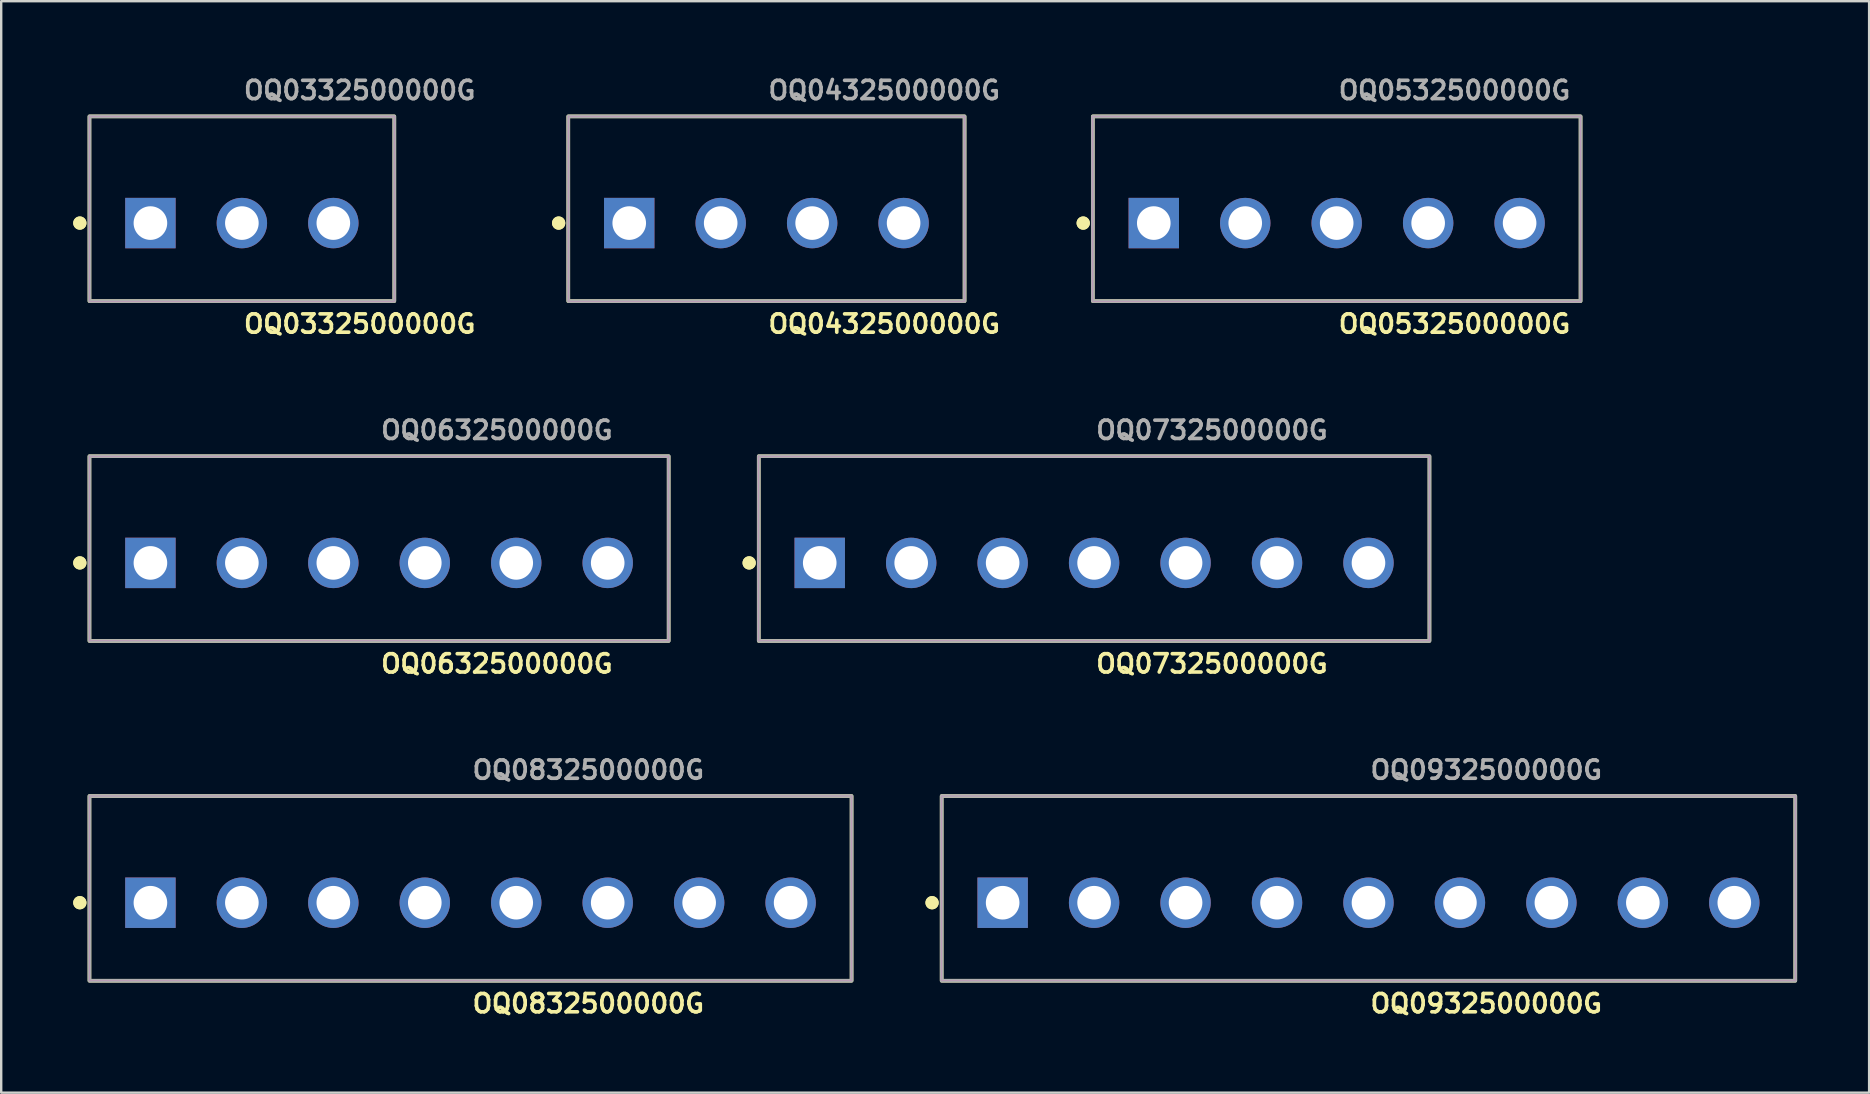
<source format=kicad_pcb>
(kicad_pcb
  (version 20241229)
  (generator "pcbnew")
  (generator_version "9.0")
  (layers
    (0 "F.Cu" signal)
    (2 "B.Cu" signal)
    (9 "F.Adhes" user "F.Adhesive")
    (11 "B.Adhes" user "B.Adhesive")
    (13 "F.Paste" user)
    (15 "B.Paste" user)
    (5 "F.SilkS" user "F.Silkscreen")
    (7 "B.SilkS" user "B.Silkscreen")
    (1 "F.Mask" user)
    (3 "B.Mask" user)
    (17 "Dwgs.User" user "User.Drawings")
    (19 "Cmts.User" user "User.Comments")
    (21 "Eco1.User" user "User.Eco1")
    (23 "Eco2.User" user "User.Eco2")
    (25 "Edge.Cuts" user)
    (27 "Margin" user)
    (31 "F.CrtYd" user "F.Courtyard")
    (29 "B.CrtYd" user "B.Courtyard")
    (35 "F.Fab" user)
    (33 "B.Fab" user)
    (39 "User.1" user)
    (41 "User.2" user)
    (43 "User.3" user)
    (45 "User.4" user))
  (footprint "OQ0632500000G"
    (layer "F.Cu")
    (at 12.741 20.4)
    (property "Reference" "OQ0632500000G" (at 0 4.2 0) (unlocked yes) (layer "F.SilkS") (effects (font (size 0.762 0.762) (thickness 0.152)) (justify left)))
    (fp_rect (start -12.065 3.251) (end 12.065 -4.445) (stroke (width 0.152) (type solid)) (fill no) (layer "F.SilkS"))
    (fp_circle (center -12.465 0) (end -12.665 0) (stroke (width 0.152) (type solid)) (fill yes) (layer "F.SilkS"))
    (fp_circle (center -12.465 0) (end -12.665 0) (stroke (width 0.152) (type solid)) (fill yes) (layer "F.SilkS"))
    (fp_rect (start -12.065 3.251) (end 12.065 -4.445) (stroke (width 0.006) (type solid)) (fill no) (layer "F.CrtYd"))
    (fp_rect (start -12.065 3.251) (end 12.065 -4.445) (stroke (width 0.152) (type solid)) (fill no) (layer "F.Fab"))
    (fp_text user "${REFERENCE}" (at 0 -5.53 0) (unlocked yes) (layer "F.Fab") (effects (font (size 0.762 0.762) (thickness 0.152)) (justify left)))
    (pad "1" thru_hole rect (at -9.525 0) (size 2.1 2.1) (drill 1.4) (layers "*.Cu" "*.Mask"))
    (pad "2" thru_hole circle (at -5.715 0) (size 2.1 2.1) (drill 1.4) (layers "*.Cu" "*.Mask"))
    (pad "3" thru_hole circle (at -1.905 0) (size 2.1 2.1) (drill 1.4) (layers "*.Cu" "*.Mask"))
    (pad "4" thru_hole circle (at 1.905 0) (size 2.1 2.1) (drill 1.4) (layers "*.Cu" "*.Mask"))
    (pad "5" thru_hole circle (at 5.715 0) (size 2.1 2.1) (drill 1.4) (layers "*.Cu" "*.Mask"))
    (pad "6" thru_hole circle (at 9.525 0) (size 2.1 2.1) (drill 1.4) (layers "*.Cu" "*.Mask")))
  (footprint "OQ0532500000G"
    (layer "F.Cu")
    (at 52.635 6.243)
    (property "Reference" "OQ0532500000G" (at 0 4.2 0) (unlocked yes) (layer "F.SilkS") (effects (font (size 0.762 0.762) (thickness 0.152)) (justify left)))
    (fp_rect (start -10.16 3.251) (end 10.16 -4.445) (stroke (width 0.152) (type solid)) (fill no) (layer "F.SilkS"))
    (fp_circle (center -10.56 0) (end -10.76 0) (stroke (width 0.152) (type solid)) (fill yes) (layer "F.SilkS"))
    (fp_circle (center -10.56 0) (end -10.76 0) (stroke (width 0.152) (type solid)) (fill yes) (layer "F.SilkS"))
    (fp_rect (start -10.16 3.251) (end 10.16 -4.445) (stroke (width 0.006) (type solid)) (fill no) (layer "F.CrtYd"))
    (fp_rect (start -10.16 3.251) (end 10.16 -4.445) (stroke (width 0.152) (type solid)) (fill no) (layer "F.Fab"))
    (fp_text user "${REFERENCE}" (at 0 -5.53 0) (unlocked yes) (layer "F.Fab") (effects (font (size 0.762 0.762) (thickness 0.152)) (justify left)))
    (pad "1" thru_hole rect (at -7.62 0) (size 2.1 2.1) (drill 1.4) (layers "*.Cu" "*.Mask"))
    (pad "2" thru_hole circle (at -3.81 0) (size 2.1 2.1) (drill 1.4) (layers "*.Cu" "*.Mask"))
    (pad "3" thru_hole circle (at 0 0) (size 2.1 2.1) (drill 1.4) (layers "*.Cu" "*.Mask"))
    (pad "4" thru_hole circle (at 3.81 0) (size 2.1 2.1) (drill 1.4) (layers "*.Cu" "*.Mask"))
    (pad "5" thru_hole circle (at 7.62 0) (size 2.1 2.1) (drill 1.4) (layers "*.Cu" "*.Mask")))
  (footprint "OQ0832500000G"
    (layer "F.Cu")
    (at 16.551 34.556)
    (property "Reference" "OQ0832500000G" (at 0 4.2 0) (unlocked yes) (layer "F.SilkS") (effects (font (size 0.762 0.762) (thickness 0.152)) (justify left)))
    (fp_rect (start -15.875 3.251) (end 15.875 -4.445) (stroke (width 0.152) (type solid)) (fill no) (layer "F.SilkS"))
    (fp_circle (center -16.275 0) (end -16.475 0) (stroke (width 0.152) (type solid)) (fill yes) (layer "F.SilkS"))
    (fp_circle (center -16.275 0) (end -16.475 0) (stroke (width 0.152) (type solid)) (fill yes) (layer "F.SilkS"))
    (fp_rect (start -15.875 3.251) (end 15.875 -4.445) (stroke (width 0.006) (type solid)) (fill no) (layer "F.CrtYd"))
    (fp_rect (start -15.875 3.251) (end 15.875 -4.445) (stroke (width 0.152) (type solid)) (fill no) (layer "F.Fab"))
    (fp_text user "${REFERENCE}" (at 0 -5.53 0) (unlocked yes) (layer "F.Fab") (effects (font (size 0.762 0.762) (thickness 0.152)) (justify left)))
    (pad "1" thru_hole rect (at -13.335 0) (size 2.1 2.1) (drill 1.4) (layers "*.Cu" "*.Mask"))
    (pad "2" thru_hole circle (at -9.525 0) (size 2.1 2.1) (drill 1.4) (layers "*.Cu" "*.Mask"))
    (pad "3" thru_hole circle (at -5.715 0) (size 2.1 2.1) (drill 1.4) (layers "*.Cu" "*.Mask"))
    (pad "4" thru_hole circle (at -1.905 0) (size 2.1 2.1) (drill 1.4) (layers "*.Cu" "*.Mask"))
    (pad "5" thru_hole circle (at 1.905 0) (size 2.1 2.1) (drill 1.4) (layers "*.Cu" "*.Mask"))
    (pad "6" thru_hole circle (at 5.715 0) (size 2.1 2.1) (drill 1.4) (layers "*.Cu" "*.Mask"))
    (pad "7" thru_hole circle (at 9.525 0) (size 2.1 2.1) (drill 1.4) (layers "*.Cu" "*.Mask"))
    (pad "8" thru_hole circle (at 13.335 0) (size 2.1 2.1) (drill 1.4) (layers "*.Cu" "*.Mask")))
  (footprint "OQ0932500000G"
    (layer "F.Cu")
    (at 53.959 34.556)
    (property "Reference" "OQ0932500000G" (at 0 4.2 0) (unlocked yes) (layer "F.SilkS") (effects (font (size 0.762 0.762) (thickness 0.152)) (justify left)))
    (fp_rect (start -17.78 3.251) (end 17.78 -4.445) (stroke (width 0.152) (type solid)) (fill no) (layer "F.SilkS"))
    (fp_circle (center -18.18 0) (end -18.38 0) (stroke (width 0.152) (type solid)) (fill yes) (layer "F.SilkS"))
    (fp_circle (center -18.18 0) (end -18.38 0) (stroke (width 0.152) (type solid)) (fill yes) (layer "F.SilkS"))
    (fp_rect (start -17.78 3.251) (end 17.78 -4.445) (stroke (width 0.006) (type solid)) (fill no) (layer "F.CrtYd"))
    (fp_rect (start -17.78 3.251) (end 17.78 -4.445) (stroke (width 0.152) (type solid)) (fill no) (layer "F.Fab"))
    (fp_text user "${REFERENCE}" (at 0 -5.53 0) (unlocked yes) (layer "F.Fab") (effects (font (size 0.762 0.762) (thickness 0.152)) (justify left)))
    (pad "1" thru_hole rect (at -15.24 0) (size 2.1 2.1) (drill 1.4) (layers "*.Cu" "*.Mask"))
    (pad "2" thru_hole circle (at -11.43 0) (size 2.1 2.1) (drill 1.4) (layers "*.Cu" "*.Mask"))
    (pad "3" thru_hole circle (at -7.62 0) (size 2.1 2.1) (drill 1.4) (layers "*.Cu" "*.Mask"))
    (pad "4" thru_hole circle (at -3.81 0) (size 2.1 2.1) (drill 1.4) (layers "*.Cu" "*.Mask"))
    (pad "5" thru_hole circle (at 0 0) (size 2.1 2.1) (drill 1.4) (layers "*.Cu" "*.Mask"))
    (pad "6" thru_hole circle (at 3.81 0) (size 2.1 2.1) (drill 1.4) (layers "*.Cu" "*.Mask"))
    (pad "7" thru_hole circle (at 7.62 0) (size 2.1 2.1) (drill 1.4) (layers "*.Cu" "*.Mask"))
    (pad "8" thru_hole circle (at 11.43 0) (size 2.1 2.1) (drill 1.4) (layers "*.Cu" "*.Mask"))
    (pad "9" thru_hole circle (at 15.24 0) (size 2.1 2.1) (drill 1.4) (layers "*.Cu" "*.Mask")))
  (footprint "OQ0732500000G"
    (layer "F.Cu")
    (at 42.529 20.4)
    (property "Reference" "OQ0732500000G" (at 0 4.2 0) (unlocked yes) (layer "F.SilkS") (effects (font (size 0.762 0.762) (thickness 0.152)) (justify left)))
    (fp_rect (start -13.97 3.251) (end 13.97 -4.445) (stroke (width 0.152) (type solid)) (fill no) (layer "F.SilkS"))
    (fp_circle (center -14.37 0) (end -14.57 0) (stroke (width 0.152) (type solid)) (fill yes) (layer "F.SilkS"))
    (fp_circle (center -14.37 0) (end -14.57 0) (stroke (width 0.152) (type solid)) (fill yes) (layer "F.SilkS"))
    (fp_rect (start -13.97 3.251) (end 13.97 -4.445) (stroke (width 0.006) (type solid)) (fill no) (layer "F.CrtYd"))
    (fp_rect (start -13.97 3.251) (end 13.97 -4.445) (stroke (width 0.152) (type solid)) (fill no) (layer "F.Fab"))
    (fp_text user "${REFERENCE}" (at 0 -5.53 0) (unlocked yes) (layer "F.Fab") (effects (font (size 0.762 0.762) (thickness 0.152)) (justify left)))
    (pad "1" thru_hole rect (at -11.43 0) (size 2.1 2.1) (drill 1.4) (layers "*.Cu" "*.Mask"))
    (pad "2" thru_hole circle (at -7.62 0) (size 2.1 2.1) (drill 1.4) (layers "*.Cu" "*.Mask"))
    (pad "3" thru_hole circle (at -3.81 0) (size 2.1 2.1) (drill 1.4) (layers "*.Cu" "*.Mask"))
    (pad "4" thru_hole circle (at 0 0) (size 2.1 2.1) (drill 1.4) (layers "*.Cu" "*.Mask"))
    (pad "5" thru_hole circle (at 3.81 0) (size 2.1 2.1) (drill 1.4) (layers "*.Cu" "*.Mask"))
    (pad "6" thru_hole circle (at 7.62 0) (size 2.1 2.1) (drill 1.4) (layers "*.Cu" "*.Mask"))
    (pad "7" thru_hole circle (at 11.43 0) (size 2.1 2.1) (drill 1.4) (layers "*.Cu" "*.Mask")))
  (footprint "OQ0432500000G"
    (layer "F.Cu")
    (at 28.878 6.243)
    (property "Reference" "OQ0432500000G" (at 0 4.2 0) (unlocked yes) (layer "F.SilkS") (effects (font (size 0.762 0.762) (thickness 0.152)) (justify left)))
    (fp_rect (start -8.255 3.251) (end 8.255 -4.445) (stroke (width 0.152) (type solid)) (fill no) (layer "F.SilkS"))
    (fp_circle (center -8.655 0) (end -8.855 0) (stroke (width 0.152) (type solid)) (fill yes) (layer "F.SilkS"))
    (fp_circle (center -8.655 0) (end -8.855 0) (stroke (width 0.152) (type solid)) (fill yes) (layer "F.SilkS"))
    (fp_rect (start -8.255 3.251) (end 8.255 -4.445) (stroke (width 0.006) (type solid)) (fill no) (layer "F.CrtYd"))
    (fp_rect (start -8.255 3.251) (end 8.255 -4.445) (stroke (width 0.152) (type solid)) (fill no) (layer "F.Fab"))
    (fp_text user "${REFERENCE}" (at 0 -5.53 0) (unlocked yes) (layer "F.Fab") (effects (font (size 0.762 0.762) (thickness 0.152)) (justify left)))
    (pad "1" thru_hole rect (at -5.715 0) (size 2.1 2.1) (drill 1.4) (layers "*.Cu" "*.Mask"))
    (pad "2" thru_hole circle (at -1.905 0) (size 2.1 2.1) (drill 1.4) (layers "*.Cu" "*.Mask"))
    (pad "3" thru_hole circle (at 1.905 0) (size 2.1 2.1) (drill 1.4) (layers "*.Cu" "*.Mask"))
    (pad "4" thru_hole circle (at 5.715 0) (size 2.1 2.1) (drill 1.4) (layers "*.Cu" "*.Mask")))
  (footprint "OQ0332500000G"
    (layer "F.Cu")
    (at 7.026 6.243)
    (property "Reference" "OQ0332500000G" (at 0 4.2 0) (unlocked yes) (layer "F.SilkS") (effects (font (size 0.762 0.762) (thickness 0.152)) (justify left)))
    (fp_rect (start -6.35 3.251) (end 6.35 -4.445) (stroke (width 0.152) (type solid)) (fill no) (layer "F.SilkS"))
    (fp_circle (center -6.75 0) (end -6.95 0) (stroke (width 0.152) (type solid)) (fill yes) (layer "F.SilkS"))
    (fp_circle (center -6.75 0) (end -6.95 0) (stroke (width 0.152) (type solid)) (fill yes) (layer "F.SilkS"))
    (fp_rect (start -6.35 3.251) (end 6.35 -4.445) (stroke (width 0.006) (type solid)) (fill no) (layer "F.CrtYd"))
    (fp_rect (start -6.35 3.251) (end 6.35 -4.445) (stroke (width 0.152) (type solid)) (fill no) (layer "F.Fab"))
    (fp_text user "${REFERENCE}" (at 0 -5.53 0) (unlocked yes) (layer "F.Fab") (effects (font (size 0.762 0.762) (thickness 0.152)) (justify left)))
    (pad "1" thru_hole rect (at -3.81 0) (size 2.1 2.1) (drill 1.4) (layers "*.Cu" "*.Mask"))
    (pad "2" thru_hole circle (at 0 0) (size 2.1 2.1) (drill 1.4) (layers "*.Cu" "*.Mask"))
    (pad "3" thru_hole circle (at 3.81 0) (size 2.1 2.1) (drill 1.4) (layers "*.Cu" "*.Mask")))
  (gr_rect
    (start -3 -3)
    (end 74.815 42.469)
    (stroke (width 0.1) (type default))
    (fill no)
    (layer "Edge.Cuts")))
</source>
